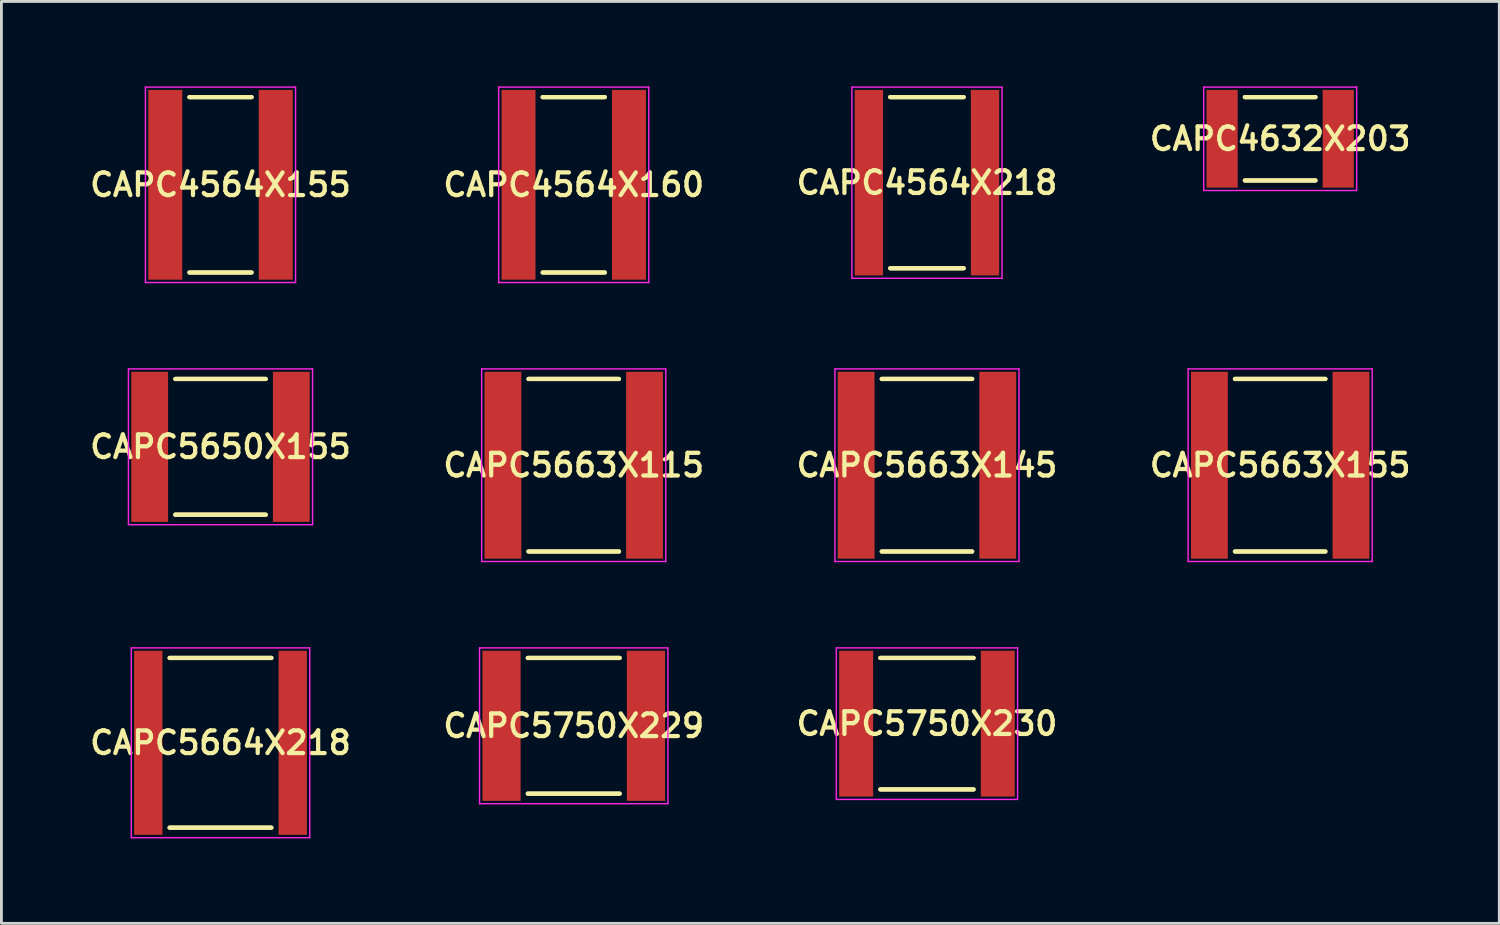
<source format=kicad_pcb>
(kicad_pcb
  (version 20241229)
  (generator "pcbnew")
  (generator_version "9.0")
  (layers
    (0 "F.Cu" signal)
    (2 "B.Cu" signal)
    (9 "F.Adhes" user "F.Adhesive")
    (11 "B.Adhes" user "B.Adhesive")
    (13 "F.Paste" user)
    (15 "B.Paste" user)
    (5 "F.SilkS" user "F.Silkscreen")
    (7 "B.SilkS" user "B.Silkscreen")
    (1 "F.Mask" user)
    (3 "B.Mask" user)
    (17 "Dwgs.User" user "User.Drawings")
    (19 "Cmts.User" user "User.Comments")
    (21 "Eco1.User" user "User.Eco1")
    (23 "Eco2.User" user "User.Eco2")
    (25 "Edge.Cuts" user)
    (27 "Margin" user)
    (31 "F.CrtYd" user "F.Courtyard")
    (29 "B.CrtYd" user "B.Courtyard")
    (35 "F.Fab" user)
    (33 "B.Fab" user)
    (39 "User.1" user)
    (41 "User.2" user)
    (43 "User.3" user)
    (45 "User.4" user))
  (footprint "CAPC5663X115"
    (layer "F.Cu")
    (at 17.206 13.375)
    (property "Reference" "CAPC5663X115" (at 0 0 0) (layer "F.SilkS") (effects (font (size 0.8 0.8) (thickness 0.15))))
    (attr smd)
    (fp_line (start -1.596 -3.046) (end 1.596 -3.046) (stroke (width 0.15) (type solid)) (layer "F.SilkS"))
    (fp_line (start -1.596 3.046) (end 1.596 3.046) (stroke (width 0.15) (type solid)) (layer "F.SilkS"))
    (fp_line (start 1.596 -3.046) (end -1.596 -3.046) (stroke (width 0.15) (type solid)) (layer "F.SilkS"))
    (fp_line (start 1.596 3.046) (end -1.596 3.046) (stroke (width 0.15) (type solid)) (layer "F.SilkS"))
    (fp_line (start -3.25 -3.4) (end 3.25 -3.4) (stroke (width 0.05) (type solid)) (layer "F.CrtYd"))
    (fp_line (start -3.25 3.4) (end -3.25 -3.4) (stroke (width 0.05) (type solid)) (layer "F.CrtYd"))
    (fp_line (start 3.25 -3.4) (end 3.25 3.4) (stroke (width 0.05) (type solid)) (layer "F.CrtYd"))
    (fp_line (start 3.25 3.4) (end -3.25 3.4) (stroke (width 0.05) (type solid)) (layer "F.CrtYd"))
    (pad "1" smd rect (at -2.5 0) (size 1.3 6.6) (layers "F.Cu" "F.Mask" "F.Paste"))
    (pad "2" smd rect (at 2.5 0) (size 1.3 6.6) (layers "F.Cu" "F.Mask" "F.Paste")))
  (footprint "CAPC4564X160"
    (layer "F.Cu")
    (at 17.206 3.475)
    (property "Reference" "CAPC4564X160" (at 0 0 0) (layer "F.SilkS") (effects (font (size 0.8 0.8) (thickness 0.15))))
    (attr smd)
    (fp_line (start -1.096 -3.096) (end 1.096 -3.096) (stroke (width 0.15) (type solid)) (layer "F.SilkS"))
    (fp_line (start -1.096 3.096) (end 1.096 3.096) (stroke (width 0.15) (type solid)) (layer "F.SilkS"))
    (fp_line (start 1.096 -3.096) (end -1.096 -3.096) (stroke (width 0.15) (type solid)) (layer "F.SilkS"))
    (fp_line (start 1.096 3.096) (end -1.096 3.096) (stroke (width 0.15) (type solid)) (layer "F.SilkS"))
    (fp_line (start -2.65 -3.45) (end 2.65 -3.45) (stroke (width 0.05) (type solid)) (layer "F.CrtYd"))
    (fp_line (start -2.65 3.45) (end -2.65 -3.45) (stroke (width 0.05) (type solid)) (layer "F.CrtYd"))
    (fp_line (start 2.65 -3.45) (end 2.65 3.45) (stroke (width 0.05) (type solid)) (layer "F.CrtYd"))
    (fp_line (start 2.65 3.45) (end -2.65 3.45) (stroke (width 0.05) (type solid)) (layer "F.CrtYd"))
    (pad "1" smd rect (at -1.95 0) (size 1.2 6.7) (layers "F.Cu" "F.Mask" "F.Paste"))
    (pad "2" smd rect (at 1.95 0) (size 1.2 6.7) (layers "F.Cu" "F.Mask" "F.Paste")))
  (footprint "CAPC5664X218"
    (layer "F.Cu")
    (at 4.735 23.175)
    (property "Reference" "CAPC5664X218" (at 0 0 0) (layer "F.SilkS") (effects (font (size 0.8 0.8) (thickness 0.15))))
    (attr smd)
    (fp_line (start -1.796 -2.996) (end 1.796 -2.996) (stroke (width 0.15) (type solid)) (layer "F.SilkS"))
    (fp_line (start -1.796 2.996) (end 1.796 2.996) (stroke (width 0.15) (type solid)) (layer "F.SilkS"))
    (fp_line (start 1.796 -2.996) (end -1.796 -2.996) (stroke (width 0.15) (type solid)) (layer "F.SilkS"))
    (fp_line (start 1.796 2.996) (end -1.796 2.996) (stroke (width 0.15) (type solid)) (layer "F.SilkS"))
    (fp_line (start -3.15 -3.35) (end 3.15 -3.35) (stroke (width 0.05) (type solid)) (layer "F.CrtYd"))
    (fp_line (start -3.15 3.35) (end -3.15 -3.35) (stroke (width 0.05) (type solid)) (layer "F.CrtYd"))
    (fp_line (start 3.15 -3.35) (end 3.15 3.35) (stroke (width 0.05) (type solid)) (layer "F.CrtYd"))
    (fp_line (start 3.15 3.35) (end -3.15 3.35) (stroke (width 0.05) (type solid)) (layer "F.CrtYd"))
    (pad "1" smd rect (at -2.55 0) (size 1 6.5) (layers "F.Cu" "F.Mask" "F.Paste"))
    (pad "2" smd rect (at 2.55 0) (size 1 6.5) (layers "F.Cu" "F.Mask" "F.Paste")))
  (footprint "CAPC5663X155"
    (layer "F.Cu")
    (at 42.148 13.375)
    (property "Reference" "CAPC5663X155" (at 0 0 0) (layer "F.SilkS") (effects (font (size 0.8 0.8) (thickness 0.15))))
    (attr smd)
    (fp_line (start -1.596 -3.046) (end 1.596 -3.046) (stroke (width 0.15) (type solid)) (layer "F.SilkS"))
    (fp_line (start -1.596 3.046) (end 1.596 3.046) (stroke (width 0.15) (type solid)) (layer "F.SilkS"))
    (fp_line (start 1.596 -3.046) (end -1.596 -3.046) (stroke (width 0.15) (type solid)) (layer "F.SilkS"))
    (fp_line (start 1.596 3.046) (end -1.596 3.046) (stroke (width 0.15) (type solid)) (layer "F.SilkS"))
    (fp_line (start -3.25 -3.4) (end 3.25 -3.4) (stroke (width 0.05) (type solid)) (layer "F.CrtYd"))
    (fp_line (start -3.25 3.4) (end -3.25 -3.4) (stroke (width 0.05) (type solid)) (layer "F.CrtYd"))
    (fp_line (start 3.25 -3.4) (end 3.25 3.4) (stroke (width 0.05) (type solid)) (layer "F.CrtYd"))
    (fp_line (start 3.25 3.4) (end -3.25 3.4) (stroke (width 0.05) (type solid)) (layer "F.CrtYd"))
    (pad "1" smd rect (at -2.5 0) (size 1.3 6.6) (layers "F.Cu" "F.Mask" "F.Paste"))
    (pad "2" smd rect (at 2.5 0) (size 1.3 6.6) (layers "F.Cu" "F.Mask" "F.Paste")))
  (footprint "CAPC4564X218"
    (layer "F.Cu")
    (at 29.677 3.4)
    (property "Reference" "CAPC4564X218" (at 0 0 0) (layer "F.SilkS") (effects (font (size 0.8 0.8) (thickness 0.15))))
    (attr smd)
    (fp_line (start -1.296 -3.021) (end 1.296 -3.021) (stroke (width 0.15) (type solid)) (layer "F.SilkS"))
    (fp_line (start -1.296 3.021) (end 1.296 3.021) (stroke (width 0.15) (type solid)) (layer "F.SilkS"))
    (fp_line (start 1.296 -3.021) (end -1.296 -3.021) (stroke (width 0.15) (type solid)) (layer "F.SilkS"))
    (fp_line (start 1.296 3.021) (end -1.296 3.021) (stroke (width 0.15) (type solid)) (layer "F.SilkS"))
    (fp_line (start -2.65 -3.375) (end 2.65 -3.375) (stroke (width 0.05) (type solid)) (layer "F.CrtYd"))
    (fp_line (start -2.65 3.375) (end -2.65 -3.375) (stroke (width 0.05) (type solid)) (layer "F.CrtYd"))
    (fp_line (start 2.65 -3.375) (end 2.65 3.375) (stroke (width 0.05) (type solid)) (layer "F.CrtYd"))
    (fp_line (start 2.65 3.375) (end -2.65 3.375) (stroke (width 0.05) (type solid)) (layer "F.CrtYd"))
    (pad "1" smd rect (at -2.05 0) (size 1 6.55) (layers "F.Cu" "F.Mask" "F.Paste"))
    (pad "2" smd rect (at 2.05 0) (size 1 6.55) (layers "F.Cu" "F.Mask" "F.Paste")))
  (footprint "CAPC4564X155"
    (layer "F.Cu")
    (at 4.735 3.475)
    (property "Reference" "CAPC4564X155" (at 0 0 0) (layer "F.SilkS") (effects (font (size 0.8 0.8) (thickness 0.15))))
    (attr smd)
    (fp_line (start -1.096 -3.096) (end 1.096 -3.096) (stroke (width 0.15) (type solid)) (layer "F.SilkS"))
    (fp_line (start -1.096 3.096) (end 1.096 3.096) (stroke (width 0.15) (type solid)) (layer "F.SilkS"))
    (fp_line (start 1.096 -3.096) (end -1.096 -3.096) (stroke (width 0.15) (type solid)) (layer "F.SilkS"))
    (fp_line (start 1.096 3.096) (end -1.096 3.096) (stroke (width 0.15) (type solid)) (layer "F.SilkS"))
    (fp_line (start -2.65 -3.45) (end 2.65 -3.45) (stroke (width 0.05) (type solid)) (layer "F.CrtYd"))
    (fp_line (start -2.65 3.45) (end -2.65 -3.45) (stroke (width 0.05) (type solid)) (layer "F.CrtYd"))
    (fp_line (start 2.65 -3.45) (end 2.65 3.45) (stroke (width 0.05) (type solid)) (layer "F.CrtYd"))
    (fp_line (start 2.65 3.45) (end -2.65 3.45) (stroke (width 0.05) (type solid)) (layer "F.CrtYd"))
    (pad "1" smd rect (at -1.95 0) (size 1.2 6.7) (layers "F.Cu" "F.Mask" "F.Paste"))
    (pad "2" smd rect (at 1.95 0) (size 1.2 6.7) (layers "F.Cu" "F.Mask" "F.Paste")))
  (footprint "CAPC4632X203"
    (layer "F.Cu")
    (at 42.148 1.85)
    (property "Reference" "CAPC4632X203" (at 0 0 0) (layer "F.SilkS") (effects (font (size 0.8 0.8) (thickness 0.15))))
    (attr smd)
    (fp_line (start -1.246 -1.471) (end 1.246 -1.471) (stroke (width 0.15) (type solid)) (layer "F.SilkS"))
    (fp_line (start -1.246 1.471) (end 1.246 1.471) (stroke (width 0.15) (type solid)) (layer "F.SilkS"))
    (fp_line (start 1.246 -1.471) (end -1.246 -1.471) (stroke (width 0.15) (type solid)) (layer "F.SilkS"))
    (fp_line (start 1.246 1.471) (end -1.246 1.471) (stroke (width 0.15) (type solid)) (layer "F.SilkS"))
    (fp_line (start -2.7 -1.825) (end 2.7 -1.825) (stroke (width 0.05) (type solid)) (layer "F.CrtYd"))
    (fp_line (start -2.7 1.825) (end -2.7 -1.825) (stroke (width 0.05) (type solid)) (layer "F.CrtYd"))
    (fp_line (start 2.7 -1.825) (end 2.7 1.825) (stroke (width 0.05) (type solid)) (layer "F.CrtYd"))
    (fp_line (start 2.7 1.825) (end -2.7 1.825) (stroke (width 0.05) (type solid)) (layer "F.CrtYd"))
    (pad "1" smd rect (at -2.05 0) (size 1.1 3.45) (layers "F.Cu" "F.Mask" "F.Paste"))
    (pad "2" smd rect (at 2.05 0) (size 1.1 3.45) (layers "F.Cu" "F.Mask" "F.Paste")))
  (footprint "CAPC5750X230"
    (layer "F.Cu")
    (at 29.677 22.5)
    (property "Reference" "CAPC5750X230" (at 0 0 0) (layer "F.SilkS") (effects (font (size 0.8 0.8) (thickness 0.15))))
    (attr smd)
    (fp_line (start -1.646 -2.321) (end 1.646 -2.321) (stroke (width 0.15) (type solid)) (layer "F.SilkS"))
    (fp_line (start -1.646 2.321) (end 1.646 2.321) (stroke (width 0.15) (type solid)) (layer "F.SilkS"))
    (fp_line (start 1.646 -2.321) (end -1.646 -2.321) (stroke (width 0.15) (type solid)) (layer "F.SilkS"))
    (fp_line (start 1.646 2.321) (end -1.646 2.321) (stroke (width 0.15) (type solid)) (layer "F.SilkS"))
    (fp_line (start -3.2 -2.675) (end 3.2 -2.675) (stroke (width 0.05) (type solid)) (layer "F.CrtYd"))
    (fp_line (start -3.2 2.675) (end -3.2 -2.675) (stroke (width 0.05) (type solid)) (layer "F.CrtYd"))
    (fp_line (start 3.2 -2.675) (end 3.2 2.675) (stroke (width 0.05) (type solid)) (layer "F.CrtYd"))
    (fp_line (start 3.2 2.675) (end -3.2 2.675) (stroke (width 0.05) (type solid)) (layer "F.CrtYd"))
    (pad "1" smd rect (at -2.5 0) (size 1.2 5.15) (layers "F.Cu" "F.Mask" "F.Paste"))
    (pad "2" smd rect (at 2.5 0) (size 1.2 5.15) (layers "F.Cu" "F.Mask" "F.Paste")))
  (footprint "CAPC5650X155"
    (layer "F.Cu")
    (at 4.735 12.725)
    (property "Reference" "CAPC5650X155" (at 0 0 0) (layer "F.SilkS") (effects (font (size 0.8 0.8) (thickness 0.15))))
    (attr smd)
    (fp_line (start -1.596 -2.396) (end 1.596 -2.396) (stroke (width 0.15) (type solid)) (layer "F.SilkS"))
    (fp_line (start -1.596 2.396) (end 1.596 2.396) (stroke (width 0.15) (type solid)) (layer "F.SilkS"))
    (fp_line (start 1.596 -2.396) (end -1.596 -2.396) (stroke (width 0.15) (type solid)) (layer "F.SilkS"))
    (fp_line (start 1.596 2.396) (end -1.596 2.396) (stroke (width 0.15) (type solid)) (layer "F.SilkS"))
    (fp_line (start -3.25 -2.75) (end 3.25 -2.75) (stroke (width 0.05) (type solid)) (layer "F.CrtYd"))
    (fp_line (start -3.25 2.75) (end -3.25 -2.75) (stroke (width 0.05) (type solid)) (layer "F.CrtYd"))
    (fp_line (start 3.25 -2.75) (end 3.25 2.75) (stroke (width 0.05) (type solid)) (layer "F.CrtYd"))
    (fp_line (start 3.25 2.75) (end -3.25 2.75) (stroke (width 0.05) (type solid)) (layer "F.CrtYd"))
    (pad "1" smd rect (at -2.5 0) (size 1.3 5.3) (layers "F.Cu" "F.Mask" "F.Paste"))
    (pad "2" smd rect (at 2.5 0) (size 1.3 5.3) (layers "F.Cu" "F.Mask" "F.Paste")))
  (footprint "CAPC5750X229"
    (layer "F.Cu")
    (at 17.206 22.575)
    (property "Reference" "CAPC5750X229" (at 0 0 0) (layer "F.SilkS") (effects (font (size 0.8 0.8) (thickness 0.15))))
    (attr smd)
    (fp_line (start -1.621 -2.396) (end 1.621 -2.396) (stroke (width 0.15) (type solid)) (layer "F.SilkS"))
    (fp_line (start -1.621 2.396) (end 1.621 2.396) (stroke (width 0.15) (type solid)) (layer "F.SilkS"))
    (fp_line (start 1.621 -2.396) (end -1.621 -2.396) (stroke (width 0.15) (type solid)) (layer "F.SilkS"))
    (fp_line (start 1.621 2.396) (end -1.621 2.396) (stroke (width 0.15) (type solid)) (layer "F.SilkS"))
    (fp_line (start -3.325 -2.75) (end 3.325 -2.75) (stroke (width 0.05) (type solid)) (layer "F.CrtYd"))
    (fp_line (start -3.325 2.75) (end -3.325 -2.75) (stroke (width 0.05) (type solid)) (layer "F.CrtYd"))
    (fp_line (start 3.325 -2.75) (end 3.325 2.75) (stroke (width 0.05) (type solid)) (layer "F.CrtYd"))
    (fp_line (start 3.325 2.75) (end -3.325 2.75) (stroke (width 0.05) (type solid)) (layer "F.CrtYd"))
    (pad "1" smd rect (at -2.55 0) (size 1.35 5.3) (layers "F.Cu" "F.Mask" "F.Paste"))
    (pad "2" smd rect (at 2.55 0) (size 1.35 5.3) (layers "F.Cu" "F.Mask" "F.Paste")))
  (footprint "CAPC5663X145"
    (layer "F.Cu")
    (at 29.677 13.375)
    (property "Reference" "CAPC5663X145" (at 0 0 0) (layer "F.SilkS") (effects (font (size 0.8 0.8) (thickness 0.15))))
    (attr smd)
    (fp_line (start -1.596 -3.046) (end 1.596 -3.046) (stroke (width 0.15) (type solid)) (layer "F.SilkS"))
    (fp_line (start -1.596 3.046) (end 1.596 3.046) (stroke (width 0.15) (type solid)) (layer "F.SilkS"))
    (fp_line (start 1.596 -3.046) (end -1.596 -3.046) (stroke (width 0.15) (type solid)) (layer "F.SilkS"))
    (fp_line (start 1.596 3.046) (end -1.596 3.046) (stroke (width 0.15) (type solid)) (layer "F.SilkS"))
    (fp_line (start -3.25 -3.4) (end 3.25 -3.4) (stroke (width 0.05) (type solid)) (layer "F.CrtYd"))
    (fp_line (start -3.25 3.4) (end -3.25 -3.4) (stroke (width 0.05) (type solid)) (layer "F.CrtYd"))
    (fp_line (start 3.25 -3.4) (end 3.25 3.4) (stroke (width 0.05) (type solid)) (layer "F.CrtYd"))
    (fp_line (start 3.25 3.4) (end -3.25 3.4) (stroke (width 0.05) (type solid)) (layer "F.CrtYd"))
    (pad "1" smd rect (at -2.5 0) (size 1.3 6.6) (layers "F.Cu" "F.Mask" "F.Paste"))
    (pad "2" smd rect (at 2.5 0) (size 1.3 6.6) (layers "F.Cu" "F.Mask" "F.Paste")))
  (gr_rect
    (start -3 -3)
    (end 49.884 29.55)
    (stroke (width 0.1) (type default))
    (fill no)
    (layer "Edge.Cuts")))
</source>
